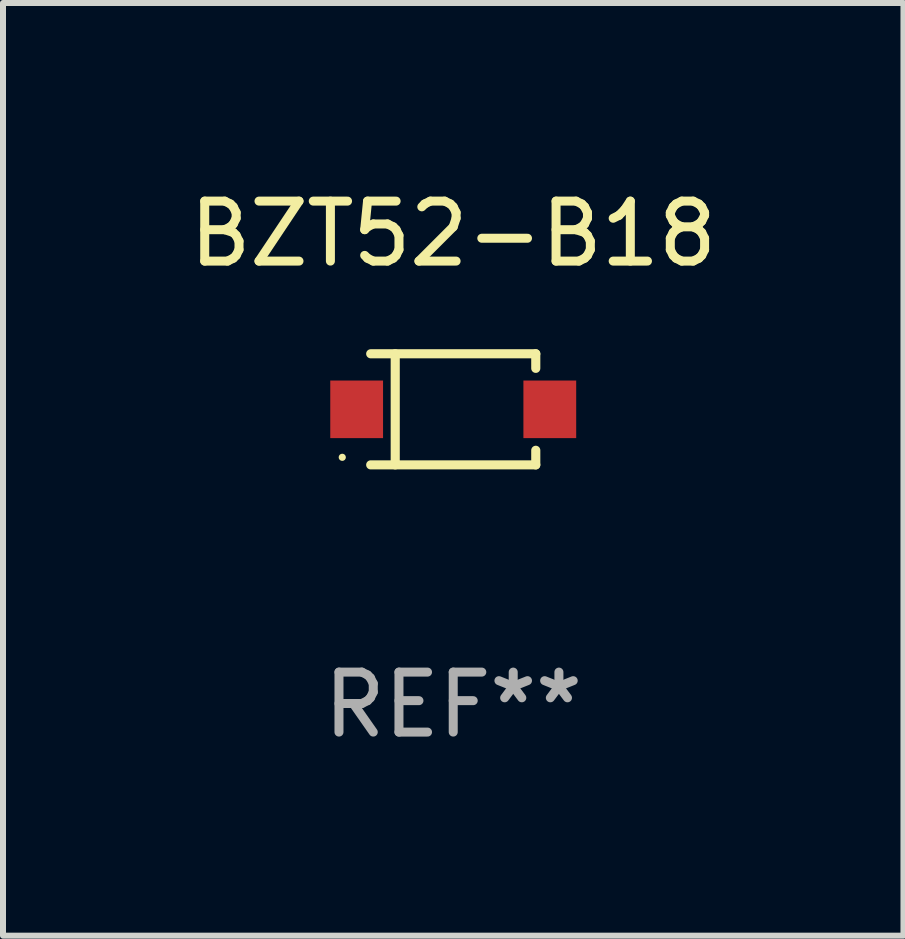
<source format=kicad_pcb>
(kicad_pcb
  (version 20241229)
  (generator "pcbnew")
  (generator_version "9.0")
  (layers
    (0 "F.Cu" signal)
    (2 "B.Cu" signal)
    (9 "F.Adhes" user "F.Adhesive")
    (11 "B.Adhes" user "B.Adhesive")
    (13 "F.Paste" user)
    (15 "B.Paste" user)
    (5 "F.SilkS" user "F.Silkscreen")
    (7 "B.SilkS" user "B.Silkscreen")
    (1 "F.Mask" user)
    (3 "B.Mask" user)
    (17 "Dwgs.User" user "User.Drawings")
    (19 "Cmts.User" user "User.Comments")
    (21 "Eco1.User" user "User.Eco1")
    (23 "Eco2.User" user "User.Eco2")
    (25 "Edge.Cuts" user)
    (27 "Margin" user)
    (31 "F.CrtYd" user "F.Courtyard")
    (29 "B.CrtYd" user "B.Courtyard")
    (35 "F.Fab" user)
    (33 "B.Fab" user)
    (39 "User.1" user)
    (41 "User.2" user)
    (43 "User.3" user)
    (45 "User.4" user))
  (footprint "BZT52-B18"
    (layer "F.Cu")
    (at 4.506 3.774)
    (property "Reference" "BZT52-B18" (at 0 -2.926 0) (layer "F.SilkS") (effects (font (size 1 1) (thickness 0.15))))
    (attr through_hole)
    (fp_line (start -1.376 -0.926) (end 1.376 -0.926) (stroke (width 0.152) (type solid)) (layer "F.SilkS"))
    (fp_line (start -1.376 0.926) (end 1.376 0.926) (stroke (width 0.152) (type solid)) (layer "F.SilkS"))
    (fp_line (start -0.967 -0.926) (end -0.967 0.926) (stroke (width 0.152) (type solid)) (layer "F.SilkS"))
    (fp_line (start 1.376 -0.926) (end 1.376 -0.683) (stroke (width 0.152) (type solid)) (layer "F.SilkS"))
    (fp_line (start 1.376 0.926) (end 1.376 0.683) (stroke (width 0.152) (type solid)) (layer "F.SilkS"))
    (fp_circle (center -1.85 0.8) (end -1.82 0.8) (stroke (width 0.06) (type solid)) (fill no) (layer "F.SilkS"))
    (fp_text user "REF**" (at 0 4.926 0) (layer "F.Fab") (effects (font (size 1 1) (thickness 0.15))))
    (pad "1" smd rect (at -1.61 0) (size 0.88 0.96) (layers "F.Cu" "F.Mask" "F.Paste"))
    (pad "2" smd rect (at 1.61 0) (size 0.88 0.96) (layers "F.Cu" "F.Mask" "F.Paste")))
  (gr_rect
    (start -3 -3)
    (end 12.012 12.549)
    (stroke (width 0.1) (type default))
    (fill no)
    (layer "Edge.Cuts")))
</source>
